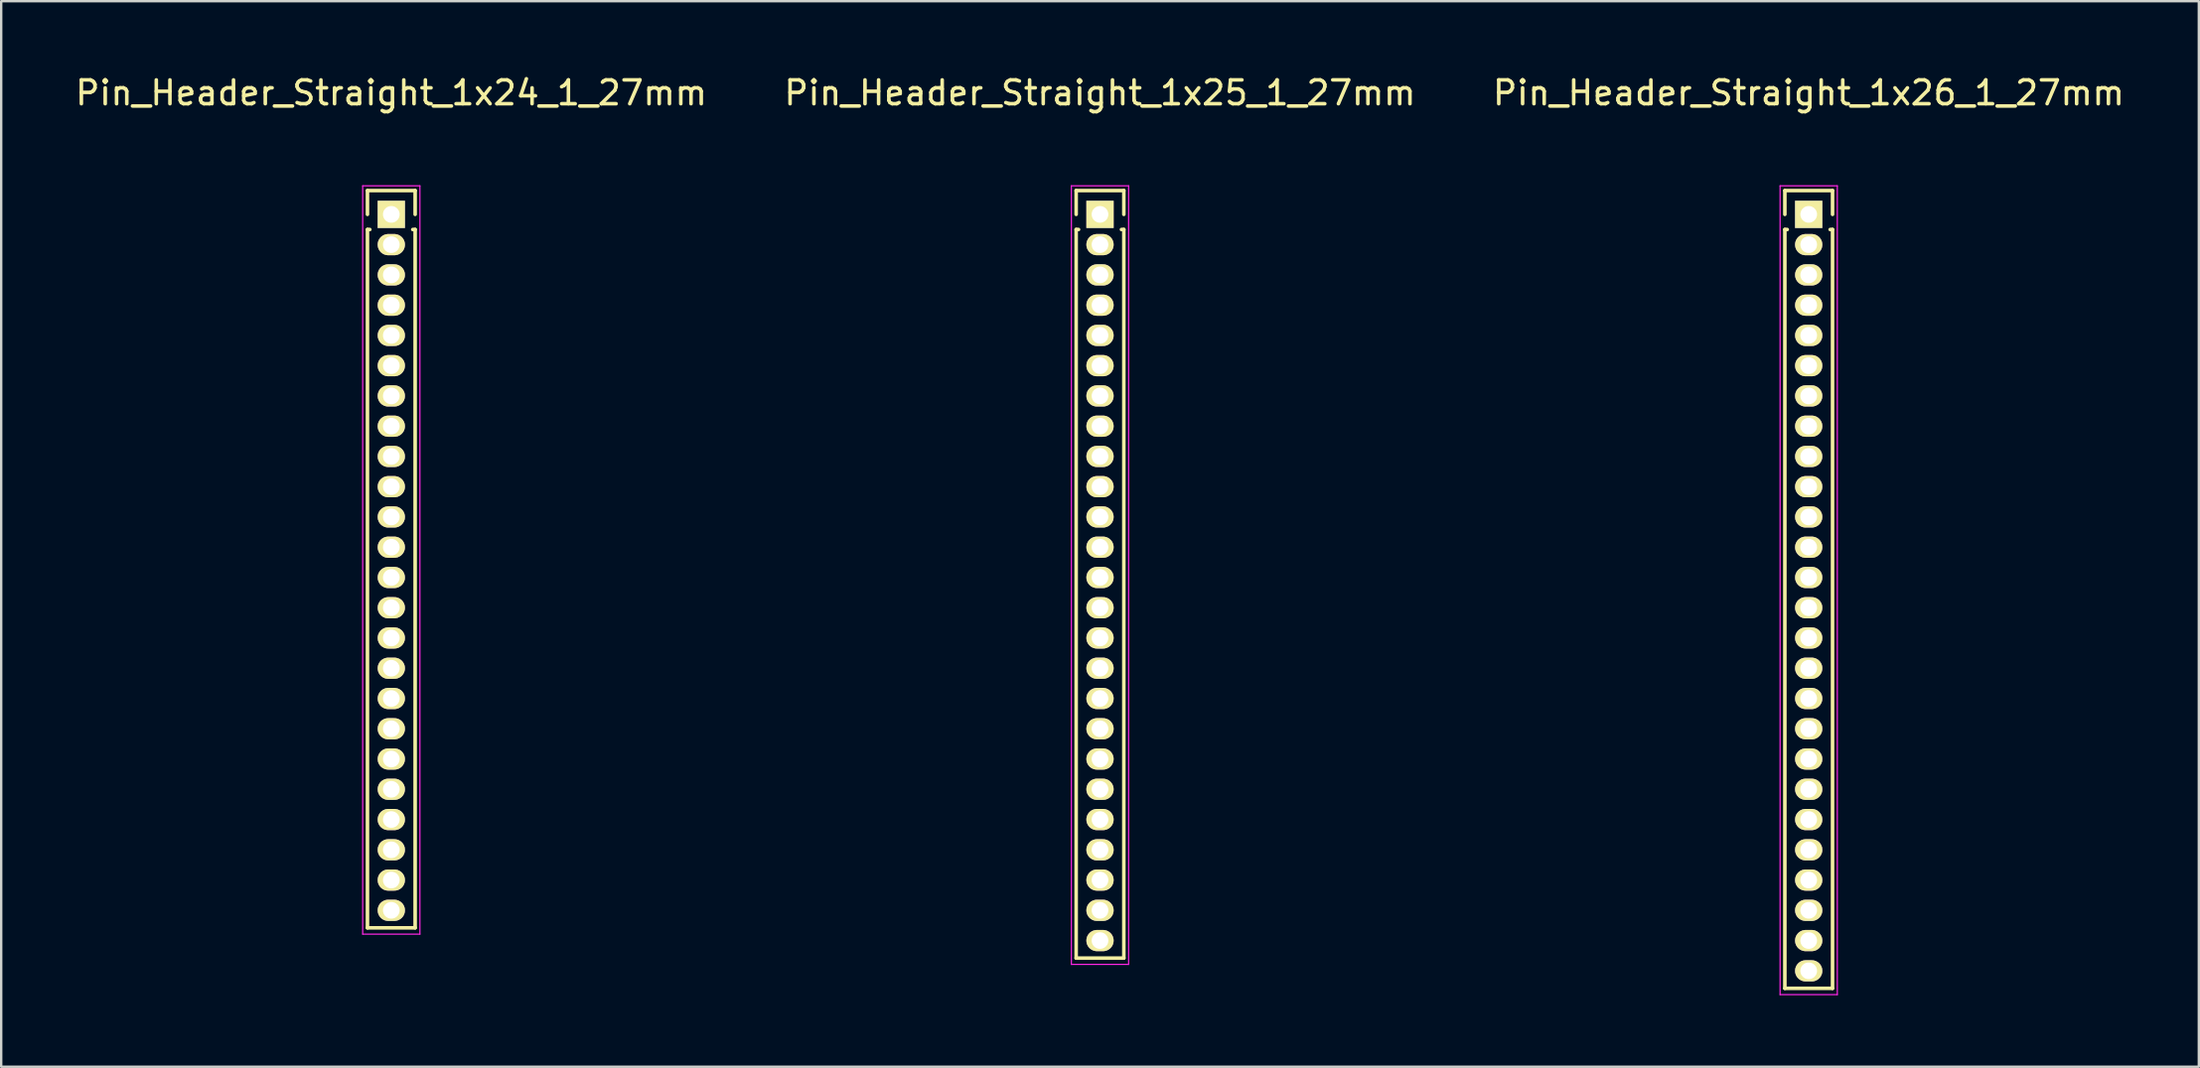
<source format=kicad_pcb>
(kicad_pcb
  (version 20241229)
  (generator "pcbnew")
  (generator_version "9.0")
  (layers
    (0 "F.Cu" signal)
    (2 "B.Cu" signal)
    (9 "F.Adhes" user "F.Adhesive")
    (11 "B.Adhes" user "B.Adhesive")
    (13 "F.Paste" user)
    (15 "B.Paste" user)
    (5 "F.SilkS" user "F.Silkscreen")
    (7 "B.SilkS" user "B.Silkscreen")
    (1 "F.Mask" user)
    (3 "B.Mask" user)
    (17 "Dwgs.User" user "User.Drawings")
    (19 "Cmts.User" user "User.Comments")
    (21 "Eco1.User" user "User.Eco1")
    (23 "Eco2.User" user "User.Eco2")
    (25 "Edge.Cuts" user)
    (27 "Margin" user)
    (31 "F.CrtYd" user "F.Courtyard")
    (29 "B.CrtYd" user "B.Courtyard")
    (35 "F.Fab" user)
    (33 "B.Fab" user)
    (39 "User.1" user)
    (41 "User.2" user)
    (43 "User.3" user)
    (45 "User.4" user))
  (footprint "Pin_Header_Straight_1x24_1_27mm"
    (layer "F.Cu")
    (at 13.363 5.948)
    (property "Reference" "Pin_Header_Straight_1x24_1_27mm" (at 0 -5.1 0) (layer "F.SilkS") (effects (font (size 1 1) (thickness 0.15))))
    (attr through_hole)
    (fp_line (start -1 -1) (end 1 -1) (stroke (width 0.15) (type solid)) (layer "F.SilkS"))
    (fp_line (start -1 0) (end -1 -1) (stroke (width 0.15) (type solid)) (layer "F.SilkS"))
    (fp_line (start -1 0.635) (end -1 29.945) (stroke (width 0.15) (type solid)) (layer "F.SilkS"))
    (fp_line (start -1 29.945) (end 1 29.945) (stroke (width 0.15) (type solid)) (layer "F.SilkS"))
    (fp_line (start -0.9 0.635) (end -1 0.635) (stroke (width 0.15) (type solid)) (layer "F.SilkS"))
    (fp_line (start 0.9 0.635) (end 1 0.635) (stroke (width 0.15) (type solid)) (layer "F.SilkS"))
    (fp_line (start 1 -1) (end 1 0) (stroke (width 0.15) (type solid)) (layer "F.SilkS"))
    (fp_line (start 1 0.635) (end 1 29.945) (stroke (width 0.15) (type solid)) (layer "F.SilkS"))
    (fp_line (start -1.2 -1.2) (end -1.2 30.21) (stroke (width 0.05) (type solid)) (layer "F.CrtYd"))
    (fp_line (start -1.2 -1.2) (end 1.2 -1.2) (stroke (width 0.05) (type solid)) (layer "F.CrtYd"))
    (fp_line (start -1.2 30.21) (end 1.2 30.21) (stroke (width 0.05) (type solid)) (layer "F.CrtYd"))
    (fp_line (start 1.2 -1.2) (end 1.2 30.21) (stroke (width 0.05) (type solid)) (layer "F.CrtYd"))
    (pad "1" thru_hole rect (at 0 0) (size 1.143 1.143) (drill 0.7) (layers "*.Cu" "*.Mask" "F.SilkS"))
    (pad "2" thru_hole oval (at 0 1.27) (size 1.143 0.889) (drill 0.7) (layers "*.Cu" "*.Mask" "F.SilkS"))
    (pad "3" thru_hole oval (at 0 2.54) (size 1.143 0.889) (drill 0.7) (layers "*.Cu" "*.Mask" "F.SilkS"))
    (pad "4" thru_hole oval (at 0 3.81) (size 1.143 0.889) (drill 0.7) (layers "*.Cu" "*.Mask" "F.SilkS"))
    (pad "5" thru_hole oval (at 0 5.08) (size 1.143 0.889) (drill 0.7) (layers "*.Cu" "*.Mask" "F.SilkS"))
    (pad "6" thru_hole oval (at 0 6.35) (size 1.143 0.889) (drill 0.7) (layers "*.Cu" "*.Mask" "F.SilkS"))
    (pad "7" thru_hole oval (at 0 7.62) (size 1.143 0.889) (drill 0.7) (layers "*.Cu" "*.Mask" "F.SilkS"))
    (pad "8" thru_hole oval (at 0 8.89) (size 1.143 0.889) (drill 0.7) (layers "*.Cu" "*.Mask" "F.SilkS"))
    (pad "9" thru_hole oval (at 0 10.16) (size 1.143 0.889) (drill 0.7) (layers "*.Cu" "*.Mask" "F.SilkS"))
    (pad "10" thru_hole oval (at 0 11.43) (size 1.143 0.889) (drill 0.7) (layers "*.Cu" "*.Mask" "F.SilkS"))
    (pad "11" thru_hole oval (at 0 12.7) (size 1.143 0.889) (drill 0.7) (layers "*.Cu" "*.Mask" "F.SilkS"))
    (pad "12" thru_hole oval (at 0 13.97) (size 1.143 0.889) (drill 0.7) (layers "*.Cu" "*.Mask" "F.SilkS"))
    (pad "13" thru_hole oval (at 0 15.24) (size 1.143 0.889) (drill 0.7) (layers "*.Cu" "*.Mask" "F.SilkS"))
    (pad "14" thru_hole oval (at 0 16.51) (size 1.143 0.889) (drill 0.7) (layers "*.Cu" "*.Mask" "F.SilkS"))
    (pad "15" thru_hole oval (at 0 17.78) (size 1.143 0.889) (drill 0.7) (layers "*.Cu" "*.Mask" "F.SilkS"))
    (pad "16" thru_hole oval (at 0 19.05) (size 1.143 0.889) (drill 0.7) (layers "*.Cu" "*.Mask" "F.SilkS"))
    (pad "17" thru_hole oval (at 0 20.32) (size 1.143 0.889) (drill 0.7) (layers "*.Cu" "*.Mask" "F.SilkS"))
    (pad "18" thru_hole oval (at 0 21.59) (size 1.143 0.889) (drill 0.7) (layers "*.Cu" "*.Mask" "F.SilkS"))
    (pad "19" thru_hole oval (at 0 22.86) (size 1.143 0.889) (drill 0.7) (layers "*.Cu" "*.Mask" "F.SilkS"))
    (pad "20" thru_hole oval (at 0 24.13) (size 1.143 0.889) (drill 0.7) (layers "*.Cu" "*.Mask" "F.SilkS"))
    (pad "21" thru_hole oval (at 0 25.4) (size 1.143 0.889) (drill 0.7) (layers "*.Cu" "*.Mask" "F.SilkS"))
    (pad "22" thru_hole oval (at 0 26.67) (size 1.143 0.889) (drill 0.7) (layers "*.Cu" "*.Mask" "F.SilkS"))
    (pad "23" thru_hole oval (at 0 27.94) (size 1.143 0.889) (drill 0.7) (layers "*.Cu" "*.Mask" "F.SilkS"))
    (pad "24" thru_hole oval (at 0 29.21) (size 1.143 0.889) (drill 0.7) (layers "*.Cu" "*.Mask" "F.SilkS")))
  (footprint "Pin_Header_Straight_1x25_1_27mm"
    (layer "F.Cu")
    (at 43.089 5.948)
    (property "Reference" "Pin_Header_Straight_1x25_1_27mm" (at 0 -5.1 0) (layer "F.SilkS") (effects (font (size 1 1) (thickness 0.15))))
    (attr through_hole)
    (fp_line (start -1 -1) (end 1 -1) (stroke (width 0.15) (type solid)) (layer "F.SilkS"))
    (fp_line (start -1 0) (end -1 -1) (stroke (width 0.15) (type solid)) (layer "F.SilkS"))
    (fp_line (start -1 0.635) (end -1 31.215) (stroke (width 0.15) (type solid)) (layer "F.SilkS"))
    (fp_line (start -1 31.215) (end 1 31.215) (stroke (width 0.15) (type solid)) (layer "F.SilkS"))
    (fp_line (start -0.9 0.635) (end -1 0.635) (stroke (width 0.15) (type solid)) (layer "F.SilkS"))
    (fp_line (start 0.9 0.635) (end 1 0.635) (stroke (width 0.15) (type solid)) (layer "F.SilkS"))
    (fp_line (start 1 -1) (end 1 0) (stroke (width 0.15) (type solid)) (layer "F.SilkS"))
    (fp_line (start 1 0.635) (end 1 31.215) (stroke (width 0.15) (type solid)) (layer "F.SilkS"))
    (fp_line (start -1.2 -1.2) (end -1.2 31.48) (stroke (width 0.05) (type solid)) (layer "F.CrtYd"))
    (fp_line (start -1.2 -1.2) (end 1.2 -1.2) (stroke (width 0.05) (type solid)) (layer "F.CrtYd"))
    (fp_line (start -1.2 31.48) (end 1.2 31.48) (stroke (width 0.05) (type solid)) (layer "F.CrtYd"))
    (fp_line (start 1.2 -1.2) (end 1.2 31.48) (stroke (width 0.05) (type solid)) (layer "F.CrtYd"))
    (pad "1" thru_hole rect (at 0 0) (size 1.143 1.143) (drill 0.7) (layers "*.Cu" "*.Mask" "F.SilkS"))
    (pad "2" thru_hole oval (at 0 1.27) (size 1.143 0.889) (drill 0.7) (layers "*.Cu" "*.Mask" "F.SilkS"))
    (pad "3" thru_hole oval (at 0 2.54) (size 1.143 0.889) (drill 0.7) (layers "*.Cu" "*.Mask" "F.SilkS"))
    (pad "4" thru_hole oval (at 0 3.81) (size 1.143 0.889) (drill 0.7) (layers "*.Cu" "*.Mask" "F.SilkS"))
    (pad "5" thru_hole oval (at 0 5.08) (size 1.143 0.889) (drill 0.7) (layers "*.Cu" "*.Mask" "F.SilkS"))
    (pad "6" thru_hole oval (at 0 6.35) (size 1.143 0.889) (drill 0.7) (layers "*.Cu" "*.Mask" "F.SilkS"))
    (pad "7" thru_hole oval (at 0 7.62) (size 1.143 0.889) (drill 0.7) (layers "*.Cu" "*.Mask" "F.SilkS"))
    (pad "8" thru_hole oval (at 0 8.89) (size 1.143 0.889) (drill 0.7) (layers "*.Cu" "*.Mask" "F.SilkS"))
    (pad "9" thru_hole oval (at 0 10.16) (size 1.143 0.889) (drill 0.7) (layers "*.Cu" "*.Mask" "F.SilkS"))
    (pad "10" thru_hole oval (at 0 11.43) (size 1.143 0.889) (drill 0.7) (layers "*.Cu" "*.Mask" "F.SilkS"))
    (pad "11" thru_hole oval (at 0 12.7) (size 1.143 0.889) (drill 0.7) (layers "*.Cu" "*.Mask" "F.SilkS"))
    (pad "12" thru_hole oval (at 0 13.97) (size 1.143 0.889) (drill 0.7) (layers "*.Cu" "*.Mask" "F.SilkS"))
    (pad "13" thru_hole oval (at 0 15.24) (size 1.143 0.889) (drill 0.7) (layers "*.Cu" "*.Mask" "F.SilkS"))
    (pad "14" thru_hole oval (at 0 16.51) (size 1.143 0.889) (drill 0.7) (layers "*.Cu" "*.Mask" "F.SilkS"))
    (pad "15" thru_hole oval (at 0 17.78) (size 1.143 0.889) (drill 0.7) (layers "*.Cu" "*.Mask" "F.SilkS"))
    (pad "16" thru_hole oval (at 0 19.05) (size 1.143 0.889) (drill 0.7) (layers "*.Cu" "*.Mask" "F.SilkS"))
    (pad "17" thru_hole oval (at 0 20.32) (size 1.143 0.889) (drill 0.7) (layers "*.Cu" "*.Mask" "F.SilkS"))
    (pad "18" thru_hole oval (at 0 21.59) (size 1.143 0.889) (drill 0.7) (layers "*.Cu" "*.Mask" "F.SilkS"))
    (pad "19" thru_hole oval (at 0 22.86) (size 1.143 0.889) (drill 0.7) (layers "*.Cu" "*.Mask" "F.SilkS"))
    (pad "20" thru_hole oval (at 0 24.13) (size 1.143 0.889) (drill 0.7) (layers "*.Cu" "*.Mask" "F.SilkS"))
    (pad "21" thru_hole oval (at 0 25.4) (size 1.143 0.889) (drill 0.7) (layers "*.Cu" "*.Mask" "F.SilkS"))
    (pad "22" thru_hole oval (at 0 26.67) (size 1.143 0.889) (drill 0.7) (layers "*.Cu" "*.Mask" "F.SilkS"))
    (pad "23" thru_hole oval (at 0 27.94) (size 1.143 0.889) (drill 0.7) (layers "*.Cu" "*.Mask" "F.SilkS"))
    (pad "24" thru_hole oval (at 0 29.21) (size 1.143 0.889) (drill 0.7) (layers "*.Cu" "*.Mask" "F.SilkS"))
    (pad "25" thru_hole oval (at 0 30.48) (size 1.143 0.889) (drill 0.7) (layers "*.Cu" "*.Mask" "F.SilkS")))
  (footprint "Pin_Header_Straight_1x26_1_27mm"
    (layer "F.Cu")
    (at 72.815 5.948)
    (property "Reference" "Pin_Header_Straight_1x26_1_27mm" (at 0 -5.1 0) (layer "F.SilkS") (effects (font (size 1 1) (thickness 0.15))))
    (attr through_hole)
    (fp_line (start -1 -1) (end 1 -1) (stroke (width 0.15) (type solid)) (layer "F.SilkS"))
    (fp_line (start -1 0) (end -1 -1) (stroke (width 0.15) (type solid)) (layer "F.SilkS"))
    (fp_line (start -1 0.635) (end -1 32.485) (stroke (width 0.15) (type solid)) (layer "F.SilkS"))
    (fp_line (start -1 32.485) (end 1 32.485) (stroke (width 0.15) (type solid)) (layer "F.SilkS"))
    (fp_line (start -0.9 0.635) (end -1 0.635) (stroke (width 0.15) (type solid)) (layer "F.SilkS"))
    (fp_line (start 0.9 0.635) (end 1 0.635) (stroke (width 0.15) (type solid)) (layer "F.SilkS"))
    (fp_line (start 1 -1) (end 1 0) (stroke (width 0.15) (type solid)) (layer "F.SilkS"))
    (fp_line (start 1 0.635) (end 1 32.485) (stroke (width 0.15) (type solid)) (layer "F.SilkS"))
    (fp_line (start -1.2 -1.2) (end -1.2 32.75) (stroke (width 0.05) (type solid)) (layer "F.CrtYd"))
    (fp_line (start -1.2 -1.2) (end 1.2 -1.2) (stroke (width 0.05) (type solid)) (layer "F.CrtYd"))
    (fp_line (start -1.2 32.75) (end 1.2 32.75) (stroke (width 0.05) (type solid)) (layer "F.CrtYd"))
    (fp_line (start 1.2 -1.2) (end 1.2 32.75) (stroke (width 0.05) (type solid)) (layer "F.CrtYd"))
    (pad "1" thru_hole rect (at 0 0) (size 1.143 1.143) (drill 0.7) (layers "*.Cu" "*.Mask" "F.SilkS"))
    (pad "2" thru_hole oval (at 0 1.27) (size 1.143 0.889) (drill 0.7) (layers "*.Cu" "*.Mask" "F.SilkS"))
    (pad "3" thru_hole oval (at 0 2.54) (size 1.143 0.889) (drill 0.7) (layers "*.Cu" "*.Mask" "F.SilkS"))
    (pad "4" thru_hole oval (at 0 3.81) (size 1.143 0.889) (drill 0.7) (layers "*.Cu" "*.Mask" "F.SilkS"))
    (pad "5" thru_hole oval (at 0 5.08) (size 1.143 0.889) (drill 0.7) (layers "*.Cu" "*.Mask" "F.SilkS"))
    (pad "6" thru_hole oval (at 0 6.35) (size 1.143 0.889) (drill 0.7) (layers "*.Cu" "*.Mask" "F.SilkS"))
    (pad "7" thru_hole oval (at 0 7.62) (size 1.143 0.889) (drill 0.7) (layers "*.Cu" "*.Mask" "F.SilkS"))
    (pad "8" thru_hole oval (at 0 8.89) (size 1.143 0.889) (drill 0.7) (layers "*.Cu" "*.Mask" "F.SilkS"))
    (pad "9" thru_hole oval (at 0 10.16) (size 1.143 0.889) (drill 0.7) (layers "*.Cu" "*.Mask" "F.SilkS"))
    (pad "10" thru_hole oval (at 0 11.43) (size 1.143 0.889) (drill 0.7) (layers "*.Cu" "*.Mask" "F.SilkS"))
    (pad "11" thru_hole oval (at 0 12.7) (size 1.143 0.889) (drill 0.7) (layers "*.Cu" "*.Mask" "F.SilkS"))
    (pad "12" thru_hole oval (at 0 13.97) (size 1.143 0.889) (drill 0.7) (layers "*.Cu" "*.Mask" "F.SilkS"))
    (pad "13" thru_hole oval (at 0 15.24) (size 1.143 0.889) (drill 0.7) (layers "*.Cu" "*.Mask" "F.SilkS"))
    (pad "14" thru_hole oval (at 0 16.51) (size 1.143 0.889) (drill 0.7) (layers "*.Cu" "*.Mask" "F.SilkS"))
    (pad "15" thru_hole oval (at 0 17.78) (size 1.143 0.889) (drill 0.7) (layers "*.Cu" "*.Mask" "F.SilkS"))
    (pad "16" thru_hole oval (at 0 19.05) (size 1.143 0.889) (drill 0.7) (layers "*.Cu" "*.Mask" "F.SilkS"))
    (pad "17" thru_hole oval (at 0 20.32) (size 1.143 0.889) (drill 0.7) (layers "*.Cu" "*.Mask" "F.SilkS"))
    (pad "18" thru_hole oval (at 0 21.59) (size 1.143 0.889) (drill 0.7) (layers "*.Cu" "*.Mask" "F.SilkS"))
    (pad "19" thru_hole oval (at 0 22.86) (size 1.143 0.889) (drill 0.7) (layers "*.Cu" "*.Mask" "F.SilkS"))
    (pad "20" thru_hole oval (at 0 24.13) (size 1.143 0.889) (drill 0.7) (layers "*.Cu" "*.Mask" "F.SilkS"))
    (pad "21" thru_hole oval (at 0 25.4) (size 1.143 0.889) (drill 0.7) (layers "*.Cu" "*.Mask" "F.SilkS"))
    (pad "22" thru_hole oval (at 0 26.67) (size 1.143 0.889) (drill 0.7) (layers "*.Cu" "*.Mask" "F.SilkS"))
    (pad "23" thru_hole oval (at 0 27.94) (size 1.143 0.889) (drill 0.7) (layers "*.Cu" "*.Mask" "F.SilkS"))
    (pad "24" thru_hole oval (at 0 29.21) (size 1.143 0.889) (drill 0.7) (layers "*.Cu" "*.Mask" "F.SilkS"))
    (pad "25" thru_hole oval (at 0 30.48) (size 1.143 0.889) (drill 0.7) (layers "*.Cu" "*.Mask" "F.SilkS"))
    (pad "26" thru_hole oval (at 0 31.75) (size 1.143 0.889) (drill 0.7) (layers "*.Cu" "*.Mask" "F.SilkS")))
  (gr_rect
    (start -3 -3)
    (end 89.179 41.723)
    (stroke (width 0.1) (type default))
    (fill no)
    (layer "Edge.Cuts")))
</source>
